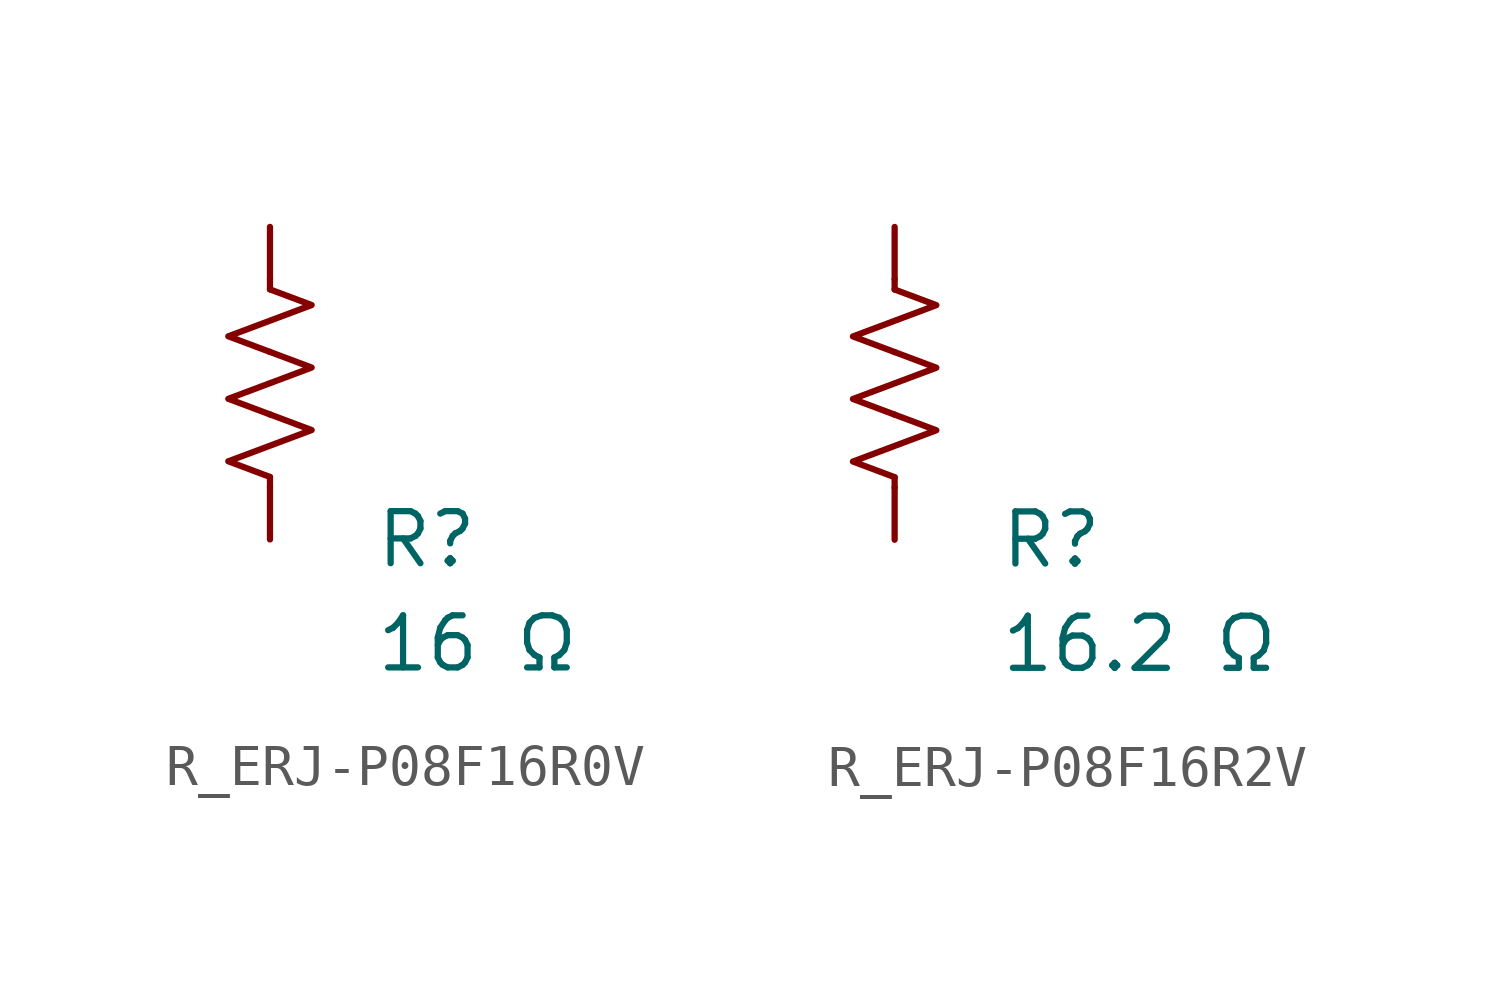
<source format=kicad_sym>
(kicad_symbol_lib
  (version 20231120)
  (generator "kicad_symbol_editor")
  (generator_version "8.0")
  (symbol "R_ERJ-P08F16R0V"
    (pin_numbers hide)
    (pin_names
      (offset 0))
    (property "Reference" "R"
      (at 2.54 -3.81 0)
      (effects (font (size 1.27 1.27)) (justify left))
      (show_name no))
    (property "Value" "16 Ω"
      (at 2.54 -6.35 0)
      (effects (font (size 1.27 1.27)) (justify left))
      (show_name no))
    (symbol "R_ERJ-P08F16R0V_0_1"
      (polyline (pts (xy 0 -2.286) (xy 0 -2.54)) (stroke (width 0) (type default)) (fill (type none)))
      (polyline (pts (xy 0 2.286) (xy 0 2.54)) (stroke (width 0) (type default)) (fill (type none)))
      (polyline (pts (xy 0 -0.762) (xy 1.016 -1.143) (xy 0 -1.524) (xy -1.016 -1.905) (xy 0 -2.286)) (stroke (width 0) (type default)) (fill (type none)))
      (polyline (pts (xy 0 0.762) (xy 1.016 0.381) (xy 0 0) (xy -1.016 -0.381) (xy 0 -0.762)) (stroke (width 0) (type default)) (fill (type none)))
      (polyline (pts (xy 0 2.286) (xy 1.016 1.905) (xy 0 1.524) (xy -1.016 1.143) (xy 0 0.762)) (stroke (width 0) (type default)) (fill (type none))))
    (symbol "R_ERJ-P08F16R0V_1_1"
      (pin passive line (at 0 3.81 270) (length 1.27) (name "~" (effects (font (size 1.27 1.27)))) (number "1" (effects (font (size 1.27 1.27)))))
      (pin passive line (at 0 -3.81 90) (length 1.27) (name "~" (effects (font (size 1.27 1.27)))) (number "2" (effects (font (size 1.27 1.27)))))))
  (symbol "R_ERJ-P08F16R2V"
    (pin_numbers hide)
    (pin_names
      (offset 0))
    (property "Reference" "R"
      (at 2.54 -3.81 0)
      (effects (font (size 1.27 1.27)) (justify left))
      (show_name no))
    (property "Value" "16.2 Ω"
      (at 2.54 -6.35 0)
      (effects (font (size 1.27 1.27)) (justify left))
      (show_name no))
    (symbol "R_ERJ-P08F16R2V_0_1"
      (polyline (pts (xy 0 -2.286) (xy 0 -2.54)) (stroke (width 0) (type default)) (fill (type none)))
      (polyline (pts (xy 0 2.286) (xy 0 2.54)) (stroke (width 0) (type default)) (fill (type none)))
      (polyline (pts (xy 0 -0.762) (xy 1.016 -1.143) (xy 0 -1.524) (xy -1.016 -1.905) (xy 0 -2.286)) (stroke (width 0) (type default)) (fill (type none)))
      (polyline (pts (xy 0 0.762) (xy 1.016 0.381) (xy 0 0) (xy -1.016 -0.381) (xy 0 -0.762)) (stroke (width 0) (type default)) (fill (type none)))
      (polyline (pts (xy 0 2.286) (xy 1.016 1.905) (xy 0 1.524) (xy -1.016 1.143) (xy 0 0.762)) (stroke (width 0) (type default)) (fill (type none))))
    (symbol "R_ERJ-P08F16R2V_1_1"
      (pin passive line (at 0 3.81 270) (length 1.27) (name "~" (effects (font (size 1.27 1.27)))) (number "1" (effects (font (size 1.27 1.27)))))
      (pin passive line (at 0 -3.81 90) (length 1.27) (name "~" (effects (font (size 1.27 1.27)))) (number "2" (effects (font (size 1.27 1.27))))))))
</source>
